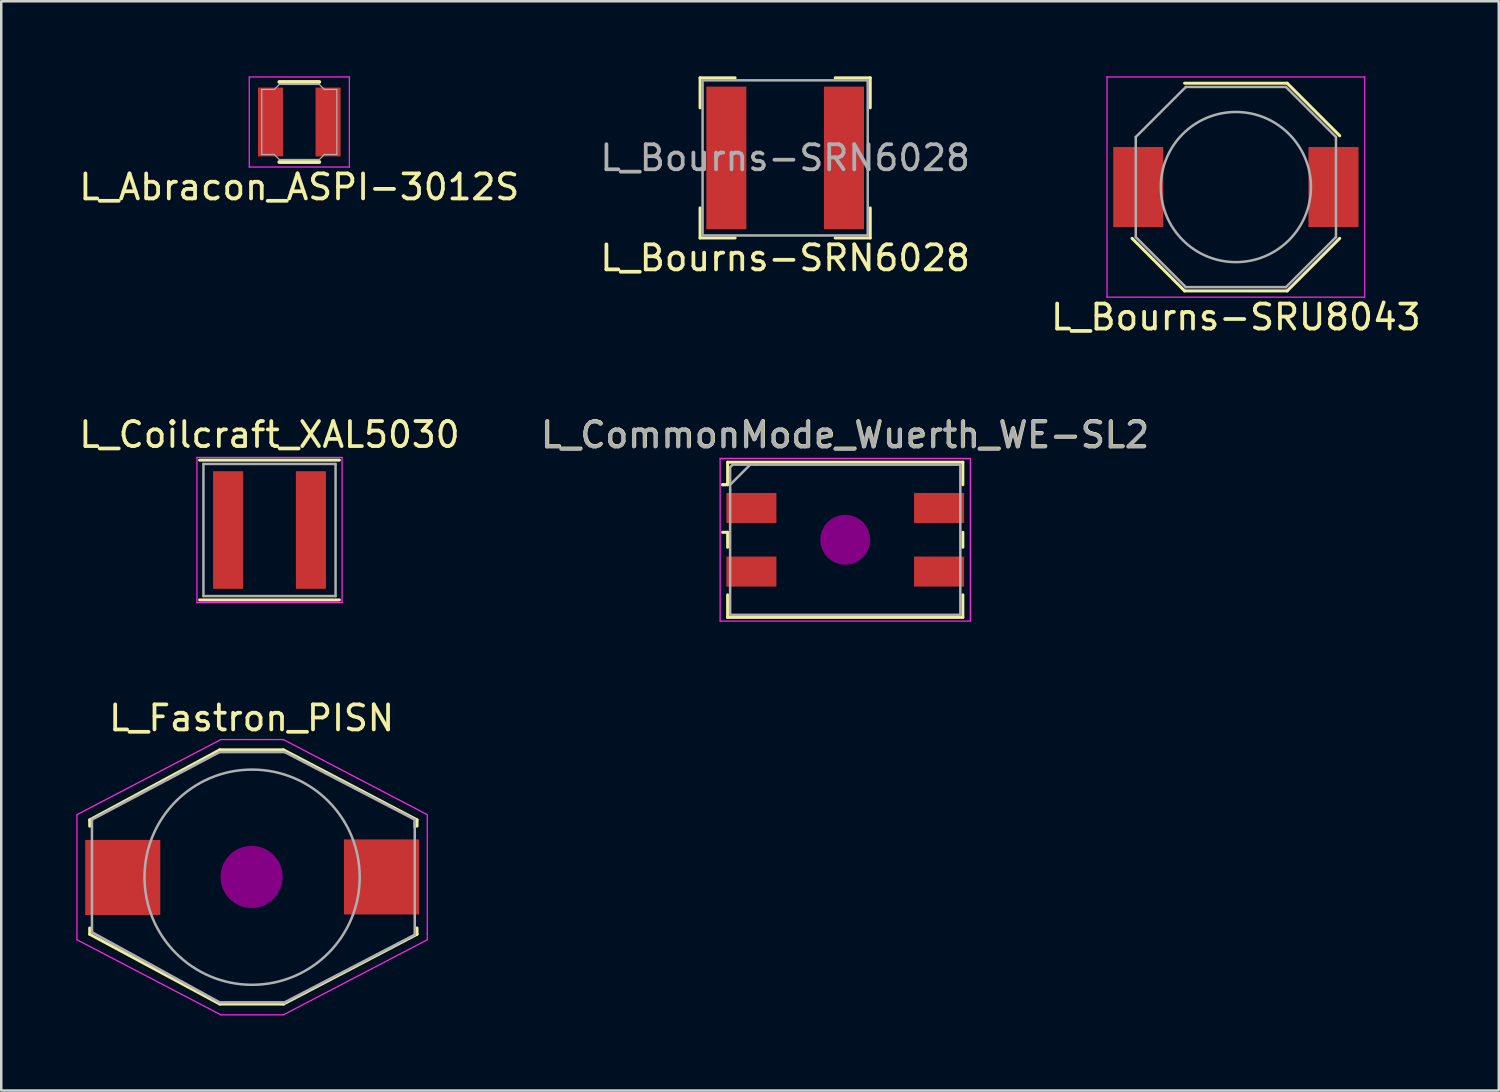
<source format=kicad_pcb>
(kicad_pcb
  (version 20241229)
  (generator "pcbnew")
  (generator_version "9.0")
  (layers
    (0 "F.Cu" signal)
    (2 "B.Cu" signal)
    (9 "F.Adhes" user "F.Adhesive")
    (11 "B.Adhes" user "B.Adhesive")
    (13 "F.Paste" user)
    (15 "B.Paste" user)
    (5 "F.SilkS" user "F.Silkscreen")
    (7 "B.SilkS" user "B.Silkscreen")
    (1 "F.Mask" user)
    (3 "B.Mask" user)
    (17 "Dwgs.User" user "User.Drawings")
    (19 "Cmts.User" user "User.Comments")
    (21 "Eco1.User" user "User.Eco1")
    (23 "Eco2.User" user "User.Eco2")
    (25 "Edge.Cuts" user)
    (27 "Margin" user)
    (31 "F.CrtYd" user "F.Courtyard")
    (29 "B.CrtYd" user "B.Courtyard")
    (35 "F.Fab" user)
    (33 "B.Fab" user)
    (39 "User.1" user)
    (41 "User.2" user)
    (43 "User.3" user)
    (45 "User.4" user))
  (footprint "L_Fastron_PISN"
    (layer "F.Cu")
    (at 7.025 32.005)
    (property "Reference" "L_Fastron_PISN" (at -0.02 -6.36 0) (layer "F.SilkS") (effects (font (size 1 1) (thickness 0.15))))
    (attr smd)
    (fp_line (start -6.49 -2.29) (end -6.49 -2.04) (stroke (width 0.12) (type solid)) (layer "F.SilkS"))
    (fp_line (start -6.49 2.28) (end -6.49 2.03) (stroke (width 0.12) (type solid)) (layer "F.SilkS"))
    (fp_line (start -1.29 -5.09) (end -6.49 -2.29) (stroke (width 0.12) (type solid)) (layer "F.SilkS"))
    (fp_line (start -1.29 -5.09) (end 1.25 -5.09) (stroke (width 0.12) (type solid)) (layer "F.SilkS"))
    (fp_line (start -1.29 5.07) (end -6.49 2.28) (stroke (width 0.12) (type solid)) (layer "F.SilkS"))
    (fp_line (start -1.29 5.07) (end 1.25 5.07) (stroke (width 0.12) (type solid)) (layer "F.SilkS"))
    (fp_line (start 1.25 -5.09) (end 6.59 -2.29) (stroke (width 0.12) (type solid)) (layer "F.SilkS"))
    (fp_line (start 1.25 5.07) (end 6.59 2.28) (stroke (width 0.12) (type solid)) (layer "F.SilkS"))
    (fp_line (start 6.59 -2.29) (end 6.59 -2.04) (stroke (width 0.12) (type solid)) (layer "F.SilkS"))
    (fp_line (start 6.59 2.28) (end 6.59 2.03) (stroke (width 0.12) (type solid)) (layer "F.SilkS"))
    (fp_line (start -0.02 -0.26) (end -0.02 0.25) (stroke (width 0.38) (type solid)) (layer "F.Adhes"))
    (fp_circle (center -0.02 -0.01) (end -0.02 0.5) (stroke (width 0.38) (type solid)) (fill no) (layer "F.Adhes"))
    (fp_circle (center -0.02 -0.01) (end 0.24 -0.01) (stroke (width 0.38) (type solid)) (fill no) (layer "F.Adhes"))
    (fp_circle (center -0.02 -0.01) (end 0.24 0.76) (stroke (width 0.38) (type solid)) (fill no) (layer "F.Adhes"))
    (fp_circle (center -0.02 -0.01) (end 0.24 1.01) (stroke (width 0.38) (type solid)) (fill no) (layer "F.Adhes"))
    (fp_line (start -7 -2.5) (end -1.25 -5.5) (stroke (width 0.05) (type solid)) (layer "F.CrtYd"))
    (fp_line (start -7 2.5) (end -7 -2.5) (stroke (width 0.05) (type solid)) (layer "F.CrtYd"))
    (fp_line (start -1.25 -5.5) (end 1.25 -5.5) (stroke (width 0.05) (type solid)) (layer "F.CrtYd"))
    (fp_line (start -1.25 5.5) (end -7 2.5) (stroke (width 0.05) (type solid)) (layer "F.CrtYd"))
    (fp_line (start 1.25 -5.5) (end 7 -2.5) (stroke (width 0.05) (type solid)) (layer "F.CrtYd"))
    (fp_line (start 1.25 5.5) (end -1.25 5.5) (stroke (width 0.05) (type solid)) (layer "F.CrtYd"))
    (fp_line (start 7 -2.5) (end 7 2.25) (stroke (width 0.05) (type solid)) (layer "F.CrtYd"))
    (fp_line (start 7 2.25) (end 7 2.5) (stroke (width 0.05) (type solid)) (layer "F.CrtYd"))
    (fp_line (start 7 2.5) (end 1.25 5.5) (stroke (width 0.05) (type solid)) (layer "F.CrtYd"))
    (fp_line (start -6.4 -2.3) (end -1.3 -5) (stroke (width 0.1) (type solid)) (layer "F.Fab"))
    (fp_line (start -6.4 -2) (end -6.4 -2.3) (stroke (width 0.1) (type solid)) (layer "F.Fab"))
    (fp_line (start -6.4 -2) (end -6.4 2.2) (stroke (width 0.1) (type solid)) (layer "F.Fab"))
    (fp_line (start -6.4 2.2) (end -1.3 5) (stroke (width 0.1) (type solid)) (layer "F.Fab"))
    (fp_line (start -1.3 -5) (end 1.3 -5) (stroke (width 0.1) (type solid)) (layer "F.Fab"))
    (fp_line (start -1.3 5) (end 1.3 5) (stroke (width 0.1) (type solid)) (layer "F.Fab"))
    (fp_line (start 1.3 -5) (end 6.5 -2.3) (stroke (width 0.1) (type solid)) (layer "F.Fab"))
    (fp_line (start 1.3 5) (end 6.5 2.3) (stroke (width 0.1) (type solid)) (layer "F.Fab"))
    (fp_line (start 6.5 -2.3) (end 6.5 -2) (stroke (width 0.1) (type solid)) (layer "F.Fab"))
    (fp_line (start 6.5 2.3) (end 6.5 -2.2) (stroke (width 0.1) (type solid)) (layer "F.Fab"))
    (fp_circle (center 0 0) (end 0 -4.3) (stroke (width 0.1) (type solid)) (fill no) (layer "F.Fab"))
    (pad "1" smd rect (at 5.17 -0.01) (size 3 3) (layers "F.Cu" "F.Mask" "F.Paste"))
    (pad "2" smd rect (at -5.17 0.01) (size 3 3) (layers "F.Cu" "F.Mask" "F.Paste")))
  (footprint "L_Bourns-SRU8043"
    (layer "F.Cu")
    (at 46.339 4.425)
    (property "Reference" "L_Bourns-SRU8043" (at 0 5.2 0) (layer "F.SilkS") (effects (font (size 1 1) (thickness 0.15))))
    (attr smd)
    (fp_line (start -2.05 -4.15) (end 2.05 -4.15) (stroke (width 0.12) (type solid)) (layer "F.SilkS"))
    (fp_line (start -2.05 4.15) (end -4.15 2.05) (stroke (width 0.12) (type solid)) (layer "F.SilkS"))
    (fp_line (start 2.05 -4.15) (end 4.15 -2.05) (stroke (width 0.12) (type solid)) (layer "F.SilkS"))
    (fp_line (start 2.05 4.15) (end -2.05 4.15) (stroke (width 0.12) (type solid)) (layer "F.SilkS"))
    (fp_line (start 2.05 4.15) (end 4.15 2.05) (stroke (width 0.12) (type solid)) (layer "F.SilkS"))
    (fp_line (start -5.15 -4.4) (end 5.15 -4.4) (stroke (width 0.05) (type solid)) (layer "F.CrtYd"))
    (fp_line (start -5.15 4.4) (end -5.15 -4.4) (stroke (width 0.05) (type solid)) (layer "F.CrtYd"))
    (fp_line (start 5.15 -4.4) (end 5.15 4.4) (stroke (width 0.05) (type solid)) (layer "F.CrtYd"))
    (fp_line (start 5.15 4.4) (end -5.15 4.4) (stroke (width 0.05) (type solid)) (layer "F.CrtYd"))
    (fp_line (start -4 -2) (end -2 -4) (stroke (width 0.1) (type solid)) (layer "F.Fab"))
    (fp_line (start -4 2) (end -4 -2) (stroke (width 0.1) (type solid)) (layer "F.Fab"))
    (fp_line (start -2 -4) (end 2 -4) (stroke (width 0.1) (type solid)) (layer "F.Fab"))
    (fp_line (start -2 4) (end -4 2) (stroke (width 0.1) (type solid)) (layer "F.Fab"))
    (fp_line (start 2 -4) (end 4 -2) (stroke (width 0.1) (type solid)) (layer "F.Fab"))
    (fp_line (start 2 4) (end -2 4) (stroke (width 0.1) (type solid)) (layer "F.Fab"))
    (fp_line (start 4 -2) (end 4 2) (stroke (width 0.1) (type solid)) (layer "F.Fab"))
    (fp_line (start 4 2) (end 2 4) (stroke (width 0.1) (type solid)) (layer "F.Fab"))
    (fp_circle (center 0 0) (end 0 -3) (stroke (width 0.1) (type solid)) (fill no) (layer "F.Fab"))
    (pad "1" smd rect (at -3.9 0) (size 2 3.2) (layers "F.Cu" "F.Mask" "F.Paste"))
    (pad "2" smd rect (at 3.9 0) (size 2 3.2) (layers "F.Cu" "F.Mask" "F.Paste")))
  (footprint "L_Abracon_ASPI-3012S"
    (layer "F.Cu")
    (at 8.911 1.825)
    (property "Reference" "L_Abracon_ASPI-3012S" (at 0 2.6 0) (layer "F.SilkS") (effects (font (size 1 1) (thickness 0.15))))
    (attr smd)
    (fp_line (start -0.8 -1.6) (end 0.8 -1.6) (stroke (width 0.15) (type solid)) (layer "F.SilkS"))
    (fp_line (start -0.8 1.6) (end 0.8 1.6) (stroke (width 0.15) (type solid)) (layer "F.SilkS"))
    (fp_line (start -2 -1.8) (end -2 1.8) (stroke (width 0.05) (type solid)) (layer "F.CrtYd"))
    (fp_line (start -2 1.8) (end 2 1.8) (stroke (width 0.05) (type solid)) (layer "F.CrtYd"))
    (fp_line (start 2 -1.8) (end -2 -1.8) (stroke (width 0.05) (type solid)) (layer "F.CrtYd"))
    (fp_line (start 2 1.8) (end 2 -1.8) (stroke (width 0.05) (type solid)) (layer "F.CrtYd"))
    (fp_line (start -1.5 -1.3) (end -1.5 1.3) (stroke (width 0.05) (type solid)) (layer "F.Fab"))
    (fp_line (start -1.5 1.3) (end -1 1.3) (stroke (width 0.05) (type solid)) (layer "F.Fab"))
    (fp_line (start -1 -1.3) (end -1.5 -1.3) (stroke (width 0.05) (type solid)) (layer "F.Fab"))
    (fp_line (start -1 1.3) (end -0.8 1.5) (stroke (width 0.05) (type solid)) (layer "F.Fab"))
    (fp_line (start -0.8 -1.5) (end -1 -1.3) (stroke (width 0.05) (type solid)) (layer "F.Fab"))
    (fp_line (start -0.8 1.5) (end 0.8 1.5) (stroke (width 0.05) (type solid)) (layer "F.Fab"))
    (fp_line (start 0.8 -1.5) (end -0.8 -1.5) (stroke (width 0.05) (type solid)) (layer "F.Fab"))
    (fp_line (start 0.8 1.5) (end 1 1.3) (stroke (width 0.05) (type solid)) (layer "F.Fab"))
    (fp_line (start 1 -1.3) (end 0.8 -1.5) (stroke (width 0.05) (type solid)) (layer "F.Fab"))
    (fp_line (start 1 1.3) (end 1.5 1.3) (stroke (width 0.05) (type solid)) (layer "F.Fab"))
    (fp_line (start 1.5 -1.3) (end 1 -1.3) (stroke (width 0.05) (type solid)) (layer "F.Fab"))
    (fp_line (start 1.5 1.3) (end 1.5 -1.3) (stroke (width 0.05) (type solid)) (layer "F.Fab"))
    (pad "1" smd rect (at -1.15 0) (size 1 2.75) (layers "F.Cu" "F.Mask" "F.Paste"))
    (pad "2" smd rect (at 1.15 0) (size 1 2.75) (layers "F.Cu" "F.Mask" "F.Paste")))
  (footprint "L_Coilcraft_XAL5030"
    (layer "F.Cu")
    (at 7.72 18.131)
    (property "Reference" "L_Coilcraft_XAL5030" (at 0 -3.81 0) (layer "F.SilkS") (effects (font (size 1 1) (thickness 0.15))))
    (attr smd)
    (fp_line (start -2.794 -2.794) (end 2.794 -2.794) (stroke (width 0.12) (type solid)) (layer "F.SilkS"))
    (fp_line (start 2.794 2.794) (end -2.794 2.794) (stroke (width 0.12) (type solid)) (layer "F.SilkS"))
    (fp_line (start -2.9 -2.9) (end 2.9 -2.9) (stroke (width 0.05) (type solid)) (layer "F.CrtYd"))
    (fp_line (start -2.9 2.9) (end -2.9 -2.9) (stroke (width 0.05) (type solid)) (layer "F.CrtYd"))
    (fp_line (start 2.9 -2.9) (end 2.9 2.9) (stroke (width 0.05) (type solid)) (layer "F.CrtYd"))
    (fp_line (start 2.9 2.9) (end -2.9 2.9) (stroke (width 0.05) (type solid)) (layer "F.CrtYd"))
    (fp_line (start -2.64 -2.64) (end 2.64 -2.64) (stroke (width 0.1) (type solid)) (layer "F.Fab"))
    (fp_line (start -2.64 2.64) (end -2.64 -2.64) (stroke (width 0.1) (type solid)) (layer "F.Fab"))
    (fp_line (start 2.64 -2.64) (end 2.64 2.64) (stroke (width 0.1) (type solid)) (layer "F.Fab"))
    (fp_line (start 2.64 2.64) (end -2.64 2.64) (stroke (width 0.1) (type solid)) (layer "F.Fab"))
    (pad "1" smd rect (at -1.655 0) (size 1.2 4.7) (layers "F.Cu" "F.Mask" "F.Paste"))
    (pad "2" smd rect (at 1.655 0) (size 1.2 4.7) (layers "F.Cu" "F.Mask" "F.Paste")))
  (footprint "L_CommonMode_Wuerth_WE-SL2"
    (layer "F.Cu")
    (at 30.728 18.521)
    (property "Reference" "L_CommonMode_Wuerth_WE-SL2" (at 0 -4.2 0) (layer "F.SilkS") (effects (font (size 1 1) (thickness 0.15))))
    (attr smd)
    (fp_line (start -4.9 -2.2) (end -4.8 -2.2) (stroke (width 0.12) (type solid)) (layer "F.SilkS"))
    (fp_line (start -4.9 -0.3) (end -4.7 -0.3) (stroke (width 0.12) (type solid)) (layer "F.SilkS"))
    (fp_line (start -4.7 -3.1) (end -4.7 -2.2) (stroke (width 0.12) (type solid)) (layer "F.SilkS"))
    (fp_line (start -4.7 -3.1) (end 4.7 -3.1) (stroke (width 0.12) (type solid)) (layer "F.SilkS"))
    (fp_line (start -4.7 -2.2) (end -4.9 -2.2) (stroke (width 0.12) (type solid)) (layer "F.SilkS"))
    (fp_line (start -4.7 -0.3) (end -4.7 0.3) (stroke (width 0.12) (type solid)) (layer "F.SilkS"))
    (fp_line (start -4.7 3.1) (end -4.7 2.2) (stroke (width 0.12) (type solid)) (layer "F.SilkS"))
    (fp_line (start 4.7 -3.1) (end 4.7 -2.2) (stroke (width 0.12) (type solid)) (layer "F.SilkS"))
    (fp_line (start 4.7 -0.3) (end 4.7 0.3) (stroke (width 0.12) (type solid)) (layer "F.SilkS"))
    (fp_line (start 4.7 3.1) (end -4.7 3.1) (stroke (width 0.12) (type solid)) (layer "F.SilkS"))
    (fp_line (start 4.7 3.1) (end 4.7 2.2) (stroke (width 0.12) (type solid)) (layer "F.SilkS"))
    (fp_circle (center 0 0) (end 0.5 0) (stroke (width 1) (type solid)) (fill no) (layer "F.Adhes"))
    (fp_line (start -5 -3.25) (end 5 -3.25) (stroke (width 0.05) (type solid)) (layer "F.CrtYd"))
    (fp_line (start -5 3.25) (end -5 -3.25) (stroke (width 0.05) (type solid)) (layer "F.CrtYd"))
    (fp_line (start 5 -3.25) (end 5 3.25) (stroke (width 0.05) (type solid)) (layer "F.CrtYd"))
    (fp_line (start 5 3.25) (end -5 3.25) (stroke (width 0.05) (type solid)) (layer "F.CrtYd"))
    (fp_line (start -4.6 -2.9) (end -4.5 -3) (stroke (width 0.1) (type solid)) (layer "F.Fab"))
    (fp_line (start -4.6 -2.2) (end -3.8 -3) (stroke (width 0.1) (type solid)) (layer "F.Fab"))
    (fp_line (start -4.6 -2) (end -4.6 -2.9) (stroke (width 0.1) (type solid)) (layer "F.Fab"))
    (fp_line (start -4.6 -2) (end -4.6 3) (stroke (width 0.1) (type solid)) (layer "F.Fab"))
    (fp_line (start -4.5 -3) (end -3.6 -3) (stroke (width 0.1) (type solid)) (layer "F.Fab"))
    (fp_line (start -3.6 -3) (end 4.6 -3) (stroke (width 0.1) (type solid)) (layer "F.Fab"))
    (fp_line (start 4.6 -3) (end 4.6 3) (stroke (width 0.1) (type solid)) (layer "F.Fab"))
    (fp_line (start 4.6 3) (end -4.6 3) (stroke (width 0.1) (type solid)) (layer "F.Fab"))
    (fp_text user "${REFERENCE}" (at -0.02 -4.18 0) (layer "F.Fab") (effects (font (size 1 1) (thickness 0.15))))
    (pad "1" smd rect (at -3.75 -1.27) (size 2 1.2) (layers "F.Cu" "F.Mask" "F.Paste"))
    (pad "2" smd rect (at -3.75 1.27) (size 2 1.2) (layers "F.Cu" "F.Mask" "F.Paste"))
    (pad "3" smd rect (at 3.75 1.27) (size 2 1.2) (layers "F.Cu" "F.Mask" "F.Paste"))
    (pad "4" smd rect (at 3.75 -1.27) (size 2 1.2) (layers "F.Cu" "F.Mask" "F.Paste")))
  (footprint "L_Bourns-SRN6028"
    (layer "F.Cu")
    (at 28.327 3.26)
    (property "Reference" "L_Bourns-SRN6028" (at 0 4 0) (layer "F.SilkS") (effects (font (size 1 1) (thickness 0.15))))
    (attr smd)
    (fp_line (start -3.4 -3.2) (end -3.4 -2) (stroke (width 0.12) (type solid)) (layer "F.SilkS"))
    (fp_line (start -3.4 -3.2) (end -2 -3.2) (stroke (width 0.12) (type solid)) (layer "F.SilkS"))
    (fp_line (start -3.4 3.2) (end -3.4 2) (stroke (width 0.12) (type solid)) (layer "F.SilkS"))
    (fp_line (start -3.4 3.2) (end -2 3.2) (stroke (width 0.12) (type solid)) (layer "F.SilkS"))
    (fp_line (start 3.4 -3.2) (end 2 -3.2) (stroke (width 0.12) (type solid)) (layer "F.SilkS"))
    (fp_line (start 3.4 -3.2) (end 3.4 -2) (stroke (width 0.12) (type solid)) (layer "F.SilkS"))
    (fp_line (start 3.4 3.2) (end 2 3.2) (stroke (width 0.12) (type solid)) (layer "F.SilkS"))
    (fp_line (start 3.4 3.2) (end 3.4 2) (stroke (width 0.12) (type solid)) (layer "F.SilkS"))
    (fp_line (start -3.3 -3.1) (end -3.3 3.1) (stroke (width 0.1) (type solid)) (layer "F.Fab"))
    (fp_line (start -3.3 -3.1) (end 3.3 -3.1) (stroke (width 0.1) (type solid)) (layer "F.Fab"))
    (fp_line (start 3.3 -3.1) (end 3.3 3.1) (stroke (width 0.1) (type solid)) (layer "F.Fab"))
    (fp_line (start 3.3 3.1) (end -3.3 3.1) (stroke (width 0.1) (type solid)) (layer "F.Fab"))
    (fp_text user "${REFERENCE}" (at 0 0 0) (layer "F.Fab") (effects (font (size 1 1) (thickness 0.15))))
    (pad "1" smd rect (at -2.35 0) (size 1.6 5.7) (layers "F.Cu" "F.Mask" "F.Paste"))
    (pad "2" smd rect (at 2.35 0) (size 1.6 5.7) (layers "F.Cu" "F.Mask" "F.Paste")))
  (gr_rect
    (start -3 -3)
    (end 56.845 40.53)
    (stroke (width 0.1) (type default))
    (fill no)
    (layer "Edge.Cuts")))
</source>
